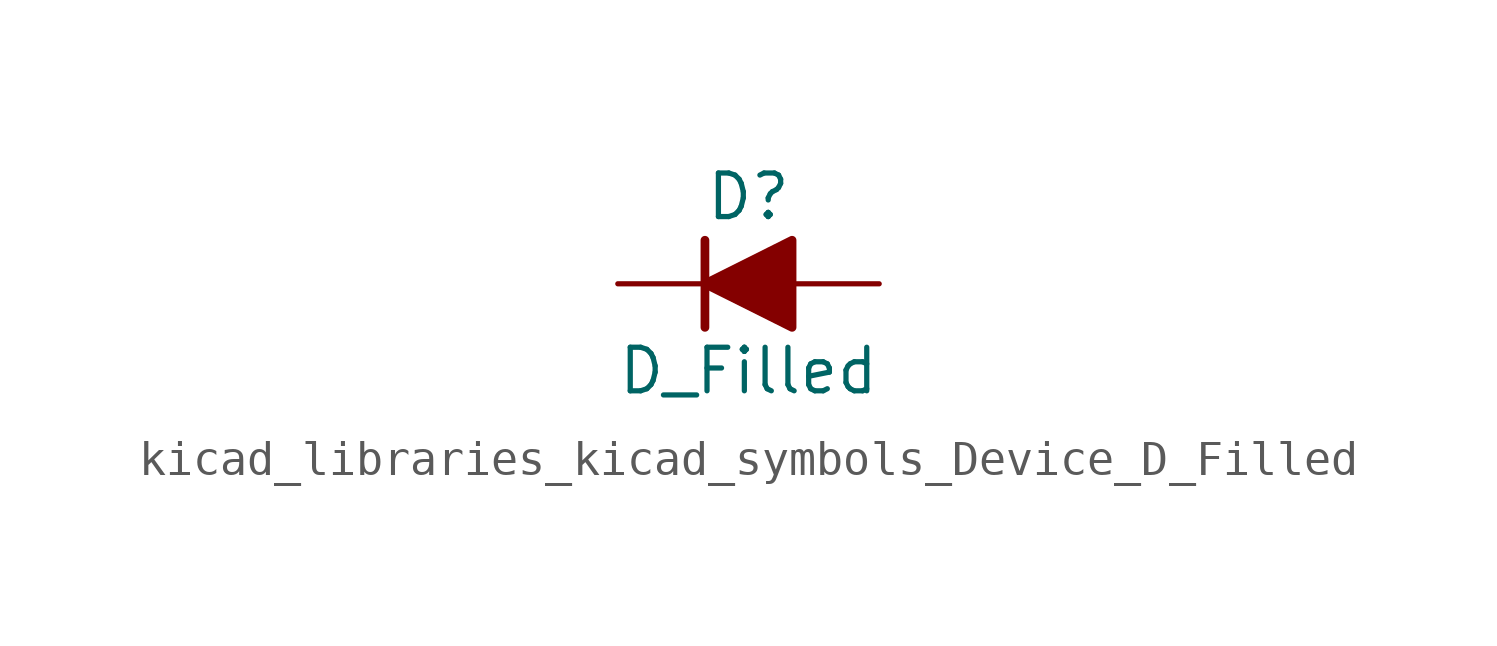
<source format=kicad_sym>
(kicad_symbol_lib
  (version 20220914)
  (generator kicad_symbol_editor)
  (symbol "kicad_libraries_kicad_symbols_Device_D_Filled"
    (pin_numbers hide)
    (pin_names
      (offset 1.016) hide)
    (property "Reference" "D"
      (at 0 2.54 0)
      (effects (font (size 1.27 1.27))))
    (property "Value" "D_Filled"
      (at 0 -2.54 0)
      (effects (font (size 1.27 1.27))))
    (symbol "kicad_libraries_kicad_symbols_Device_D_Filled_0_1"
      (polyline (pts (xy -1.27 1.27) (xy -1.27 -1.27)) (stroke (width 0.254) (type default)) (fill (type none)))
      (polyline (pts (xy 1.27 0) (xy -1.27 0)) (stroke (width 0) (type default)) (fill (type none)))
      (polyline (pts (xy 1.27 1.27) (xy 1.27 -1.27) (xy -1.27 0) (xy 1.27 1.27)) (stroke (width 0.254) (type default)) (fill (type outline))))
    (symbol "kicad_libraries_kicad_symbols_Device_D_Filled_1_1"
      (pin passive line (at -3.81 0 0) (length 2.54) (name "K" (effects (font (size 1.27 1.27)))) (number "1" (effects (font (size 1.27 1.27)))))
      (pin passive line (at 3.81 0 180) (length 2.54) (name "A" (effects (font (size 1.27 1.27)))) (number "2" (effects (font (size 1.27 1.27))))))))
</source>
